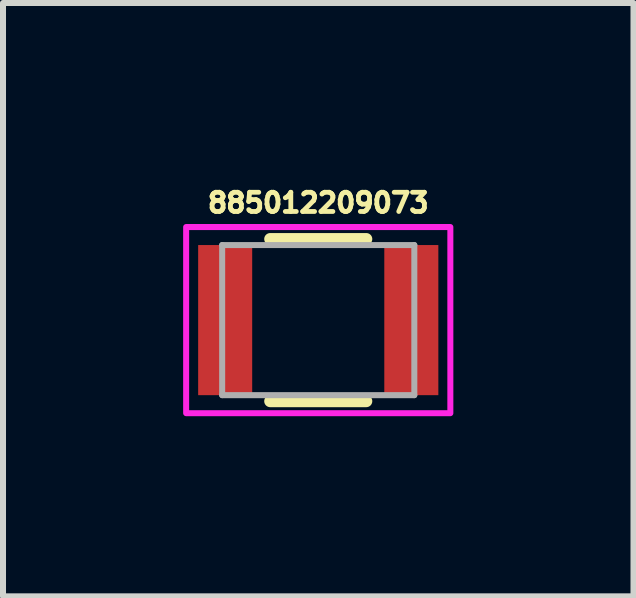
<source format=kicad_pcb>
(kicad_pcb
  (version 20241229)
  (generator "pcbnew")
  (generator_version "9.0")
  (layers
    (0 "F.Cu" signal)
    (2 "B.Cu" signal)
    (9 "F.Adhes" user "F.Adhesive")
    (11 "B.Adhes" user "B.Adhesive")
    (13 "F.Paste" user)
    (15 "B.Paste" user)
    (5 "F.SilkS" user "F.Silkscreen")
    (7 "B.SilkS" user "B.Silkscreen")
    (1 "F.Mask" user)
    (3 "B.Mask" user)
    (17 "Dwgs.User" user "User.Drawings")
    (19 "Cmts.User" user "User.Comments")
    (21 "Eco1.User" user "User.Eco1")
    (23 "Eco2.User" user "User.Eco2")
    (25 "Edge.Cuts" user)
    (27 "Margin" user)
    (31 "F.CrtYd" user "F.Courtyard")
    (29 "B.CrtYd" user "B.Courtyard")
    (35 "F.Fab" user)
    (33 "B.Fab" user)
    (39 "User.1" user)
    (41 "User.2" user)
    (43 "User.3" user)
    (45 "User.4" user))
  (footprint "885012209073"
    (layer "F.Cu")
    (at 2.25 2.281)
    (property "Reference" "885012209073" (at 0 -1.953 0) (layer "F.SilkS") (effects (font (size 0.32 0.32) (thickness 0.08))))
    (attr smd)
    (fp_line (start -0.8 -1.35) (end 0.8 -1.35) (stroke (width 0.2) (type solid)) (layer "F.SilkS"))
    (fp_line (start 0.8 1.35) (end -0.8 1.35) (stroke (width 0.2) (type solid)) (layer "F.SilkS"))
    (fp_poly (pts (xy -2.2 -1.55) (xy 2.2 -1.55) (xy 2.2 1.55) (xy -2.2 1.55)) (stroke (width 0.1) (type solid)) (fill no) (layer "F.CrtYd"))
    (fp_line (start -1.6 -1.25) (end -1.6 1.25) (stroke (width 0.1) (type solid)) (layer "F.Fab"))
    (fp_line (start -1.6 -1.25) (end 1.6 -1.25) (stroke (width 0.1) (type solid)) (layer "F.Fab"))
    (fp_line (start -1.6 1.25) (end 1.6 1.25) (stroke (width 0.1) (type solid)) (layer "F.Fab"))
    (fp_line (start 1.6 1.25) (end 1.6 -1.25) (stroke (width 0.1) (type solid)) (layer "F.Fab"))
    (pad "1" smd rect (at -1.55 0) (size 0.9 2.5) (layers "F.Cu" "F.Mask" "F.Paste"))
    (pad "2" smd rect (at 1.55 0) (size 0.9 2.5) (layers "F.Cu" "F.Mask" "F.Paste")))
  (gr_rect
    (start -3 -3)
    (end 7.5 6.881)
    (stroke (width 0.1) (type default))
    (fill no)
    (layer "Edge.Cuts")))
</source>
